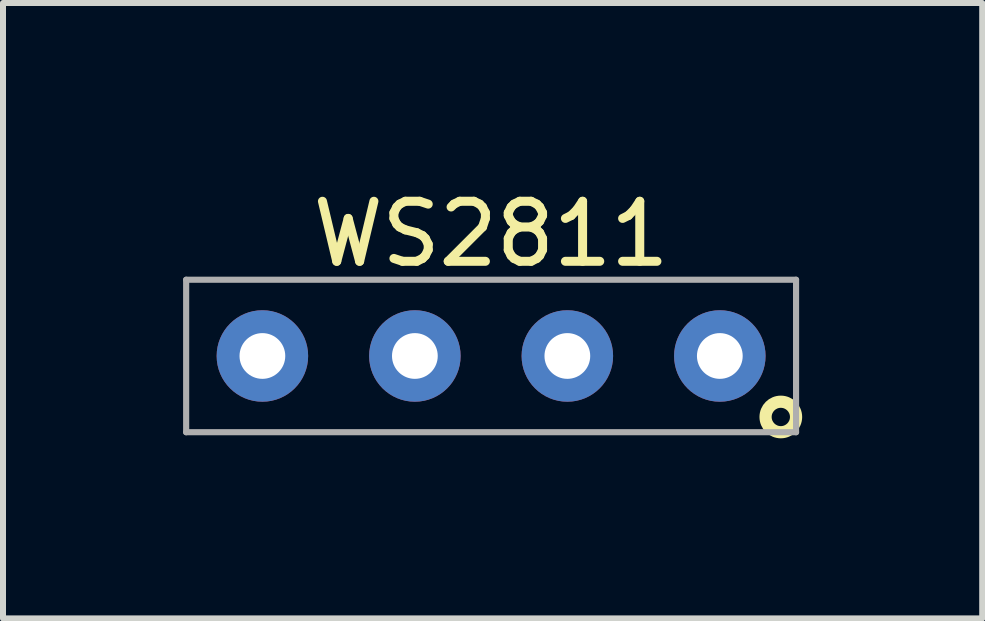
<source format=kicad_pcb>
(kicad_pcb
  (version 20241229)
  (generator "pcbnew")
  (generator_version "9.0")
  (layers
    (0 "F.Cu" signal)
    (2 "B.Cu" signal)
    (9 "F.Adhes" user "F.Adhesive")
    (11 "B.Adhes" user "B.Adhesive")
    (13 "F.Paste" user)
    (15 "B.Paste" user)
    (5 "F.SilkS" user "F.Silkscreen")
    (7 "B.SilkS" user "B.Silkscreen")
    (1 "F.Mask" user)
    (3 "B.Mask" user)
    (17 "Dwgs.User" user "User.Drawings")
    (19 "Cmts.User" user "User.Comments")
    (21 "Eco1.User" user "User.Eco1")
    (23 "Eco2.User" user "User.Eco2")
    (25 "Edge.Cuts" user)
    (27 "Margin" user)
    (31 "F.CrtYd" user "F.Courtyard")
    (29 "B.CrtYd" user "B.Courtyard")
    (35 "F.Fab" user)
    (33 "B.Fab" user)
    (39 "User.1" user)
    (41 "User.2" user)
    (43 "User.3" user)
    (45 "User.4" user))
  (footprint "WS2811"
    (layer "F.Cu")
    (at 5.131 2.88)
    (property "Reference" "WS2811" (at 0 -2.032 0) (layer "F.SilkS") (effects (font (size 1 1) (thickness 0.15))))
    (attr through_hole)
    (fp_circle (center 4.826 1.016) (end 5.08 1.016) (stroke (width 0.203) (type solid)) (fill no) (layer "F.SilkS"))
    (fp_line (start -5.08 -1.27) (end 5.08 -1.27) (stroke (width 0.102) (type solid)) (layer "F.Fab"))
    (fp_line (start -5.08 1.27) (end -5.08 -1.27) (stroke (width 0.102) (type solid)) (layer "F.Fab"))
    (fp_line (start 5.08 -1.27) (end 5.08 1.27) (stroke (width 0.102) (type solid)) (layer "F.Fab"))
    (fp_line (start 5.08 1.27) (end -5.08 1.27) (stroke (width 0.102) (type solid)) (layer "F.Fab"))
    (pad "1" thru_hole circle (at 3.81 0) (size 1.524 1.524) (drill 0.762) (layers "*.Cu" "*.Mask"))
    (pad "2" thru_hole circle (at 1.27 0) (size 1.524 1.524) (drill 0.762) (layers "*.Cu" "*.Mask"))
    (pad "3" thru_hole circle (at -1.27 0) (size 1.524 1.524) (drill 0.762) (layers "*.Cu" "*.Mask"))
    (pad "4" thru_hole circle (at -3.81 0) (size 1.524 1.524) (drill 0.762) (layers "*.Cu" "*.Mask")))
  (gr_rect
    (start -3 -3)
    (end 13.312 7.252)
    (stroke (width 0.1) (type default))
    (fill no)
    (layer "Edge.Cuts")))
</source>
